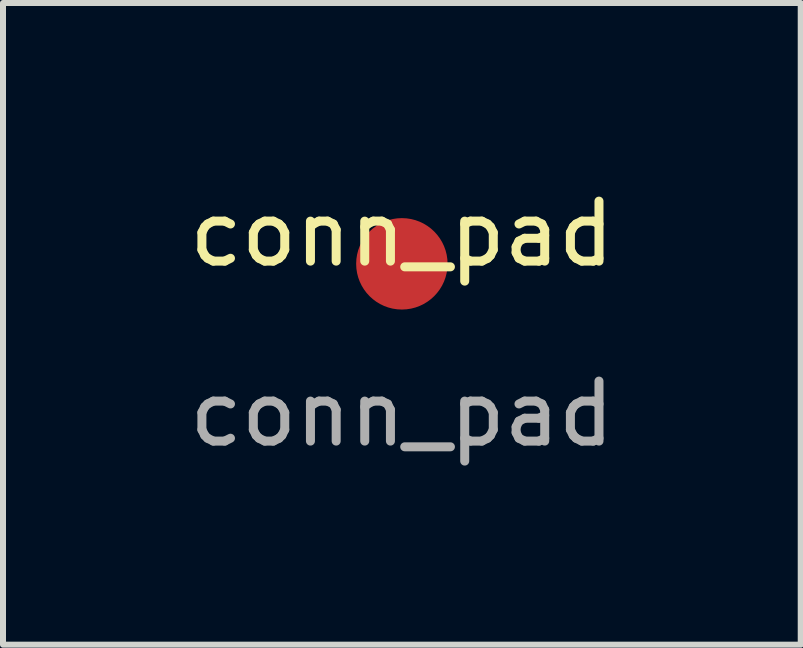
<source format=kicad_pcb>
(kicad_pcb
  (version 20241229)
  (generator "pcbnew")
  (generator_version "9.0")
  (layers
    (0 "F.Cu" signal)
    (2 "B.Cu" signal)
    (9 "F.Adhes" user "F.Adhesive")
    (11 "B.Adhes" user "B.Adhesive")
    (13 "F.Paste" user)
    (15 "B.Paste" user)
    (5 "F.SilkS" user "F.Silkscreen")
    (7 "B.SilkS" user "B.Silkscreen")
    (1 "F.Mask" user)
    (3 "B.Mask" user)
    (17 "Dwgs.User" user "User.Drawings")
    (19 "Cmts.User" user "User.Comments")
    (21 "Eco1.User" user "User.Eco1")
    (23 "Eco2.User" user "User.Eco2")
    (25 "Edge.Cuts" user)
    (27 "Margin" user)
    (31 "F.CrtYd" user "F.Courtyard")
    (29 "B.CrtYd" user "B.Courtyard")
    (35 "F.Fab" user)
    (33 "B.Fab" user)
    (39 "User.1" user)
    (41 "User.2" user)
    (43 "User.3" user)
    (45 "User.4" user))
  (footprint "conn_pad"
    (layer "F.Cu")
    (at 3.649 1.348)
    (property "Reference" "conn_pad" (at 0 -0.5 0) (unlocked yes) (layer "F.SilkS") (effects (font (size 1 1) (thickness 0.15))))
    (fp_text user "${REFERENCE}" (at 0 2.5 0) (unlocked yes) (layer "F.Fab") (effects (font (size 1 1) (thickness 0.15))))
    (pad "1" smd circle (at 0 0) (size 1.524 1.524) (layers "F.Cu" "F.Mask" "F.Paste")))
  (gr_rect
    (start -3 -3)
    (end 10.298 7.697)
    (stroke (width 0.1) (type default))
    (fill no)
    (layer "Edge.Cuts")))
</source>
